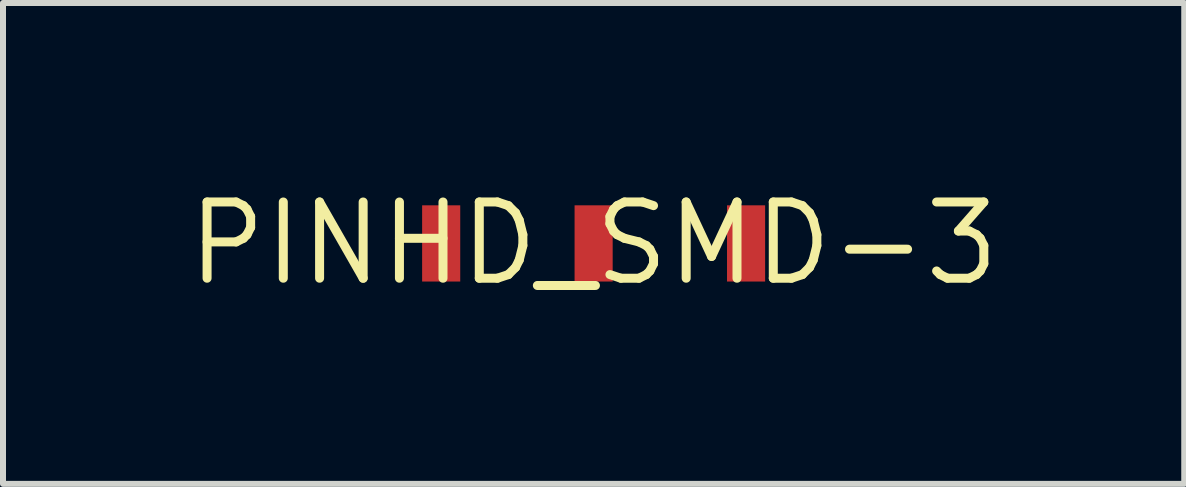
<source format=kicad_pcb>
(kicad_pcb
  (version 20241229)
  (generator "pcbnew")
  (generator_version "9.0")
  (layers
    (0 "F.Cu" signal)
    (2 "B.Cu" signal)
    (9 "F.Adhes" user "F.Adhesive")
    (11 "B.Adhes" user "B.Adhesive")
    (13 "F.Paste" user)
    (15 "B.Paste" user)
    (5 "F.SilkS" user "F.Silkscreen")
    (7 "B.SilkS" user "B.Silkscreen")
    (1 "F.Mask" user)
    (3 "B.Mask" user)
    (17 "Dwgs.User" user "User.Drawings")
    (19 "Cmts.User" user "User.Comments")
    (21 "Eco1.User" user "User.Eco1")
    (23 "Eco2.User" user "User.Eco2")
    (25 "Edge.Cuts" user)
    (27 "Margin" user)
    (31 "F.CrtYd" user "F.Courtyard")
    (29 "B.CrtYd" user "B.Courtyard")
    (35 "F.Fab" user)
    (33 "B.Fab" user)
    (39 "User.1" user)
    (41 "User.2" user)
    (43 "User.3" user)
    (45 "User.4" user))
  (footprint "PINHD_SMD-3"
    (layer "F.Cu")
    (at 6.841 1.006)
    (property "Reference" "PINHD_SMD-3" (at 0 0 0) (layer "F.SilkS") (effects (font (size 1.27 1.27) (thickness 0.15))))
    (attr through_hole)
    (pad "1" smd rect (at -2.54 0 90) (size 1.27 0.635) (layers "F.Cu" "F.Mask" "F.Paste"))
    (pad "2" smd rect (at 0 0 90) (size 1.27 0.635) (layers "F.Cu" "F.Mask" "F.Paste"))
    (pad "3" smd rect (at 2.54 0 90) (size 1.27 0.635) (layers "F.Cu" "F.Mask" "F.Paste")))
  (gr_rect
    (start -3 -3)
    (end 16.682 5.012)
    (stroke (width 0.1) (type default))
    (fill no)
    (layer "Edge.Cuts")))
</source>
